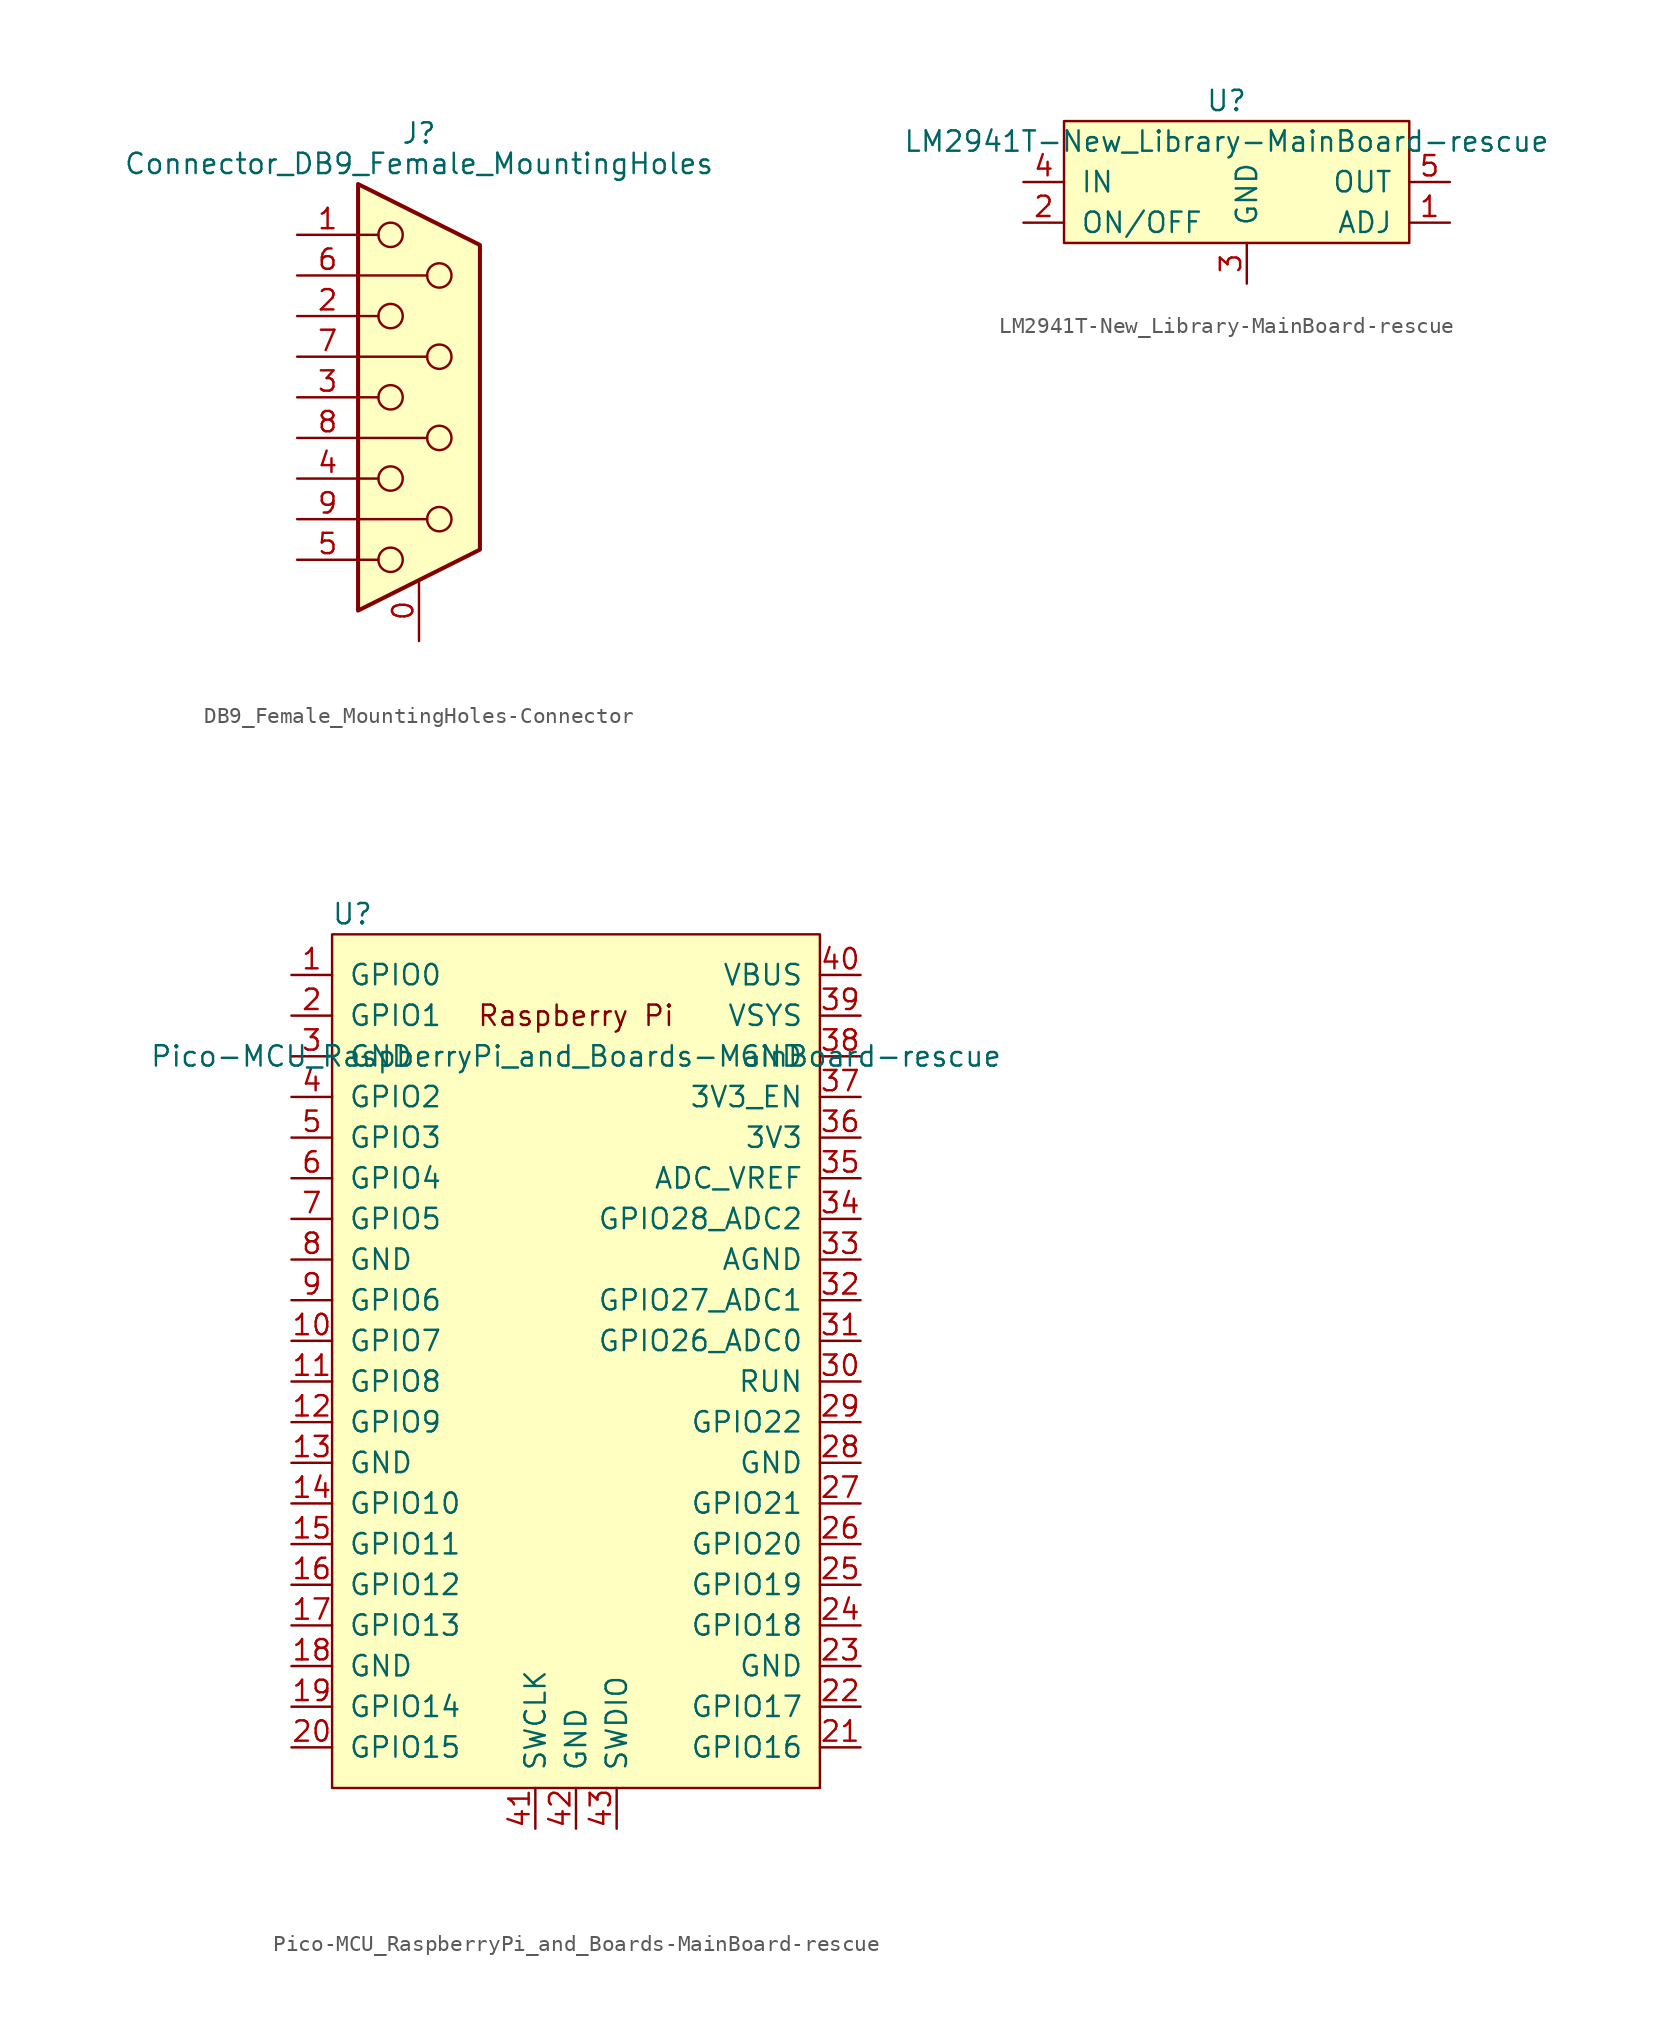
<source format=kicad_sym>
(kicad_symbol_lib
  (version 20231120)
  (generator "kicad_symbol_editor")
  (generator_version "8.0")
  (symbol "DB9_Female_MountingHoles-Connector"
    (pin_names
      (offset 1.016) hide)
    (property "Reference" "J"
      (at 0 16.51 0)
      (effects (font (size 1.27 1.27))))
    (property "Value" "Connector_DB9_Female_MountingHoles"
      (at 0 14.605 0)
      (effects (font (size 1.27 1.27))))
    (symbol "DB9_Female_MountingHoles-Connector_0_1"
      (circle (center -1.778 -10.16) (radius 0.762) (stroke (width 0) (type solid)) (fill (type none)))
      (circle (center -1.778 -5.08) (radius 0.762) (stroke (width 0) (type solid)) (fill (type none)))
      (circle (center -1.778 0) (radius 0.762) (stroke (width 0) (type solid)) (fill (type none)))
      (circle (center -1.778 5.08) (radius 0.762) (stroke (width 0) (type solid)) (fill (type none)))
      (circle (center -1.778 10.16) (radius 0.762) (stroke (width 0) (type solid)) (fill (type none)))
      (polyline (pts (xy -3.81 -10.16) (xy -2.54 -10.16)) (stroke (width 0) (type solid)) (fill (type none)))
      (polyline (pts (xy -3.81 -7.62) (xy 0.508 -7.62)) (stroke (width 0) (type solid)) (fill (type none)))
      (polyline (pts (xy -3.81 -5.08) (xy -2.54 -5.08)) (stroke (width 0) (type solid)) (fill (type none)))
      (polyline (pts (xy -3.81 -2.54) (xy 0.508 -2.54)) (stroke (width 0) (type solid)) (fill (type none)))
      (polyline (pts (xy -3.81 0) (xy -2.54 0)) (stroke (width 0) (type solid)) (fill (type none)))
      (polyline (pts (xy -3.81 2.54) (xy 0.508 2.54)) (stroke (width 0) (type solid)) (fill (type none)))
      (polyline (pts (xy -3.81 5.08) (xy -2.54 5.08)) (stroke (width 0) (type solid)) (fill (type none)))
      (polyline (pts (xy -3.81 7.62) (xy 0.508 7.62)) (stroke (width 0) (type solid)) (fill (type none)))
      (polyline (pts (xy -3.81 10.16) (xy -2.54 10.16)) (stroke (width 0) (type solid)) (fill (type none)))
      (polyline (pts (xy -3.81 13.335) (xy -3.81 -13.335) (xy 3.81 -9.525) (xy 3.81 9.525) (xy -3.81 13.335)) (stroke (width 0.254) (type solid)) (fill (type background)))
      (circle (center 1.27 -7.62) (radius 0.762) (stroke (width 0) (type solid)) (fill (type none)))
      (circle (center 1.27 -2.54) (radius 0.762) (stroke (width 0) (type solid)) (fill (type none)))
      (circle (center 1.27 2.54) (radius 0.762) (stroke (width 0) (type solid)) (fill (type none)))
      (circle (center 1.27 7.62) (radius 0.762) (stroke (width 0) (type solid)) (fill (type none))))
    (symbol "DB9_Female_MountingHoles-Connector_1_1"
      (pin passive line (at 0 -15.24 90) (length 3.81) (name "PAD" (effects (font (size 1.27 1.27)))) (number "0" (effects (font (size 1.27 1.27)))))
      (pin passive line (at -7.62 10.16 0) (length 3.81) (name "1" (effects (font (size 1.27 1.27)))) (number "1" (effects (font (size 1.27 1.27)))))
      (pin passive line (at -7.62 5.08 0) (length 3.81) (name "2" (effects (font (size 1.27 1.27)))) (number "2" (effects (font (size 1.27 1.27)))))
      (pin passive line (at -7.62 0 0) (length 3.81) (name "3" (effects (font (size 1.27 1.27)))) (number "3" (effects (font (size 1.27 1.27)))))
      (pin passive line (at -7.62 -5.08 0) (length 3.81) (name "4" (effects (font (size 1.27 1.27)))) (number "4" (effects (font (size 1.27 1.27)))))
      (pin passive line (at -7.62 -10.16 0) (length 3.81) (name "5" (effects (font (size 1.27 1.27)))) (number "5" (effects (font (size 1.27 1.27)))))
      (pin passive line (at -7.62 7.62 0) (length 3.81) (name "6" (effects (font (size 1.27 1.27)))) (number "6" (effects (font (size 1.27 1.27)))))
      (pin passive line (at -7.62 2.54 0) (length 3.81) (name "7" (effects (font (size 1.27 1.27)))) (number "7" (effects (font (size 1.27 1.27)))))
      (pin passive line (at -7.62 -2.54 0) (length 3.81) (name "8" (effects (font (size 1.27 1.27)))) (number "8" (effects (font (size 1.27 1.27)))))
      (pin passive line (at -7.62 -7.62 0) (length 3.81) (name "9" (effects (font (size 1.27 1.27)))) (number "9" (effects (font (size 1.27 1.27)))))))
  (symbol "LM2941T-New_Library-MainBoard-rescue"
    (pin_names
      (offset 1.016))
    (property "Reference" "U"
      (at 1.27 2.54 0)
      (effects (font (size 1.27 1.27))))
    (property "Value" "LM2941T-New_Library-MainBoard-rescue"
      (at 1.27 0 0)
      (effects (font (size 1.27 1.27))))
    (symbol "LM2941T-New_Library-MainBoard-rescue_0_1"
      (rectangle (start 12.7 -6.35) (end -8.89 1.27) (stroke (width 0) (type solid)) (fill (type background))))
    (symbol "LM2941T-New_Library-MainBoard-rescue_1_1"
      (pin passive line (at 15.24 -5.08 180) (length 2.54) (name "ADJ" (effects (font (size 1.27 1.27)))) (number "1" (effects (font (size 1.27 1.27)))))
      (pin input line (at -11.43 -5.08 0) (length 2.54) (name "ON/OFF" (effects (font (size 1.27 1.27)))) (number "2" (effects (font (size 1.27 1.27)))))
      (pin passive line (at 2.54 -8.89 90) (length 2.54) (name "GND" (effects (font (size 1.27 1.27)))) (number "3" (effects (font (size 1.27 1.27)))))
      (pin power_in line (at -11.43 -2.54 0) (length 2.54) (name "IN" (effects (font (size 1.27 1.27)))) (number "4" (effects (font (size 1.27 1.27)))))
      (pin power_out line (at 15.24 -2.54 180) (length 2.54) (name "OUT" (effects (font (size 1.27 1.27)))) (number "5" (effects (font (size 1.27 1.27)))))))
  (symbol "Pico-MCU_RaspberryPi_and_Boards-MainBoard-rescue"
    (pin_names
      (offset 1.016))
    (property "Reference" "U"
      (at -13.97 27.94 0)
      (effects (font (size 1.27 1.27))))
    (property "Value" "Pico-MCU_RaspberryPi_and_Boards-MainBoard-rescue"
      (at 0 19.05 0)
      (effects (font (size 1.27 1.27))))
    (symbol "Pico-MCU_RaspberryPi_and_Boards-MainBoard-rescue_0_0"
      (text "Raspberry Pi" (at 0 21.59 0) (effects (font (size 1.27 1.27)))))
    (symbol "Pico-MCU_RaspberryPi_and_Boards-MainBoard-rescue_0_1"
      (rectangle (start -15.24 26.67) (end 15.24 -26.67) (stroke (width 0) (type solid)) (fill (type background))))
    (symbol "Pico-MCU_RaspberryPi_and_Boards-MainBoard-rescue_1_1"
      (pin bidirectional line (at -17.78 24.13 0) (length 2.54) (name "GPIO0" (effects (font (size 1.27 1.27)))) (number "1" (effects (font (size 1.27 1.27)))))
      (pin bidirectional line (at -17.78 1.27 0) (length 2.54) (name "GPIO7" (effects (font (size 1.27 1.27)))) (number "10" (effects (font (size 1.27 1.27)))))
      (pin bidirectional line (at -17.78 -1.27 0) (length 2.54) (name "GPIO8" (effects (font (size 1.27 1.27)))) (number "11" (effects (font (size 1.27 1.27)))))
      (pin bidirectional line (at -17.78 -3.81 0) (length 2.54) (name "GPIO9" (effects (font (size 1.27 1.27)))) (number "12" (effects (font (size 1.27 1.27)))))
      (pin power_in line (at -17.78 -6.35 0) (length 2.54) (name "GND" (effects (font (size 1.27 1.27)))) (number "13" (effects (font (size 1.27 1.27)))))
      (pin bidirectional line (at -17.78 -8.89 0) (length 2.54) (name "GPIO10" (effects (font (size 1.27 1.27)))) (number "14" (effects (font (size 1.27 1.27)))))
      (pin bidirectional line (at -17.78 -11.43 0) (length 2.54) (name "GPIO11" (effects (font (size 1.27 1.27)))) (number "15" (effects (font (size 1.27 1.27)))))
      (pin bidirectional line (at -17.78 -13.97 0) (length 2.54) (name "GPIO12" (effects (font (size 1.27 1.27)))) (number "16" (effects (font (size 1.27 1.27)))))
      (pin bidirectional line (at -17.78 -16.51 0) (length 2.54) (name "GPIO13" (effects (font (size 1.27 1.27)))) (number "17" (effects (font (size 1.27 1.27)))))
      (pin power_in line (at -17.78 -19.05 0) (length 2.54) (name "GND" (effects (font (size 1.27 1.27)))) (number "18" (effects (font (size 1.27 1.27)))))
      (pin bidirectional line (at -17.78 -21.59 0) (length 2.54) (name "GPIO14" (effects (font (size 1.27 1.27)))) (number "19" (effects (font (size 1.27 1.27)))))
      (pin bidirectional line (at -17.78 21.59 0) (length 2.54) (name "GPIO1" (effects (font (size 1.27 1.27)))) (number "2" (effects (font (size 1.27 1.27)))))
      (pin bidirectional line (at -17.78 -24.13 0) (length 2.54) (name "GPIO15" (effects (font (size 1.27 1.27)))) (number "20" (effects (font (size 1.27 1.27)))))
      (pin bidirectional line (at 17.78 -24.13 180) (length 2.54) (name "GPIO16" (effects (font (size 1.27 1.27)))) (number "21" (effects (font (size 1.27 1.27)))))
      (pin bidirectional line (at 17.78 -21.59 180) (length 2.54) (name "GPIO17" (effects (font (size 1.27 1.27)))) (number "22" (effects (font (size 1.27 1.27)))))
      (pin power_in line (at 17.78 -19.05 180) (length 2.54) (name "GND" (effects (font (size 1.27 1.27)))) (number "23" (effects (font (size 1.27 1.27)))))
      (pin bidirectional line (at 17.78 -16.51 180) (length 2.54) (name "GPIO18" (effects (font (size 1.27 1.27)))) (number "24" (effects (font (size 1.27 1.27)))))
      (pin bidirectional line (at 17.78 -13.97 180) (length 2.54) (name "GPIO19" (effects (font (size 1.27 1.27)))) (number "25" (effects (font (size 1.27 1.27)))))
      (pin bidirectional line (at 17.78 -11.43 180) (length 2.54) (name "GPIO20" (effects (font (size 1.27 1.27)))) (number "26" (effects (font (size 1.27 1.27)))))
      (pin bidirectional line (at 17.78 -8.89 180) (length 2.54) (name "GPIO21" (effects (font (size 1.27 1.27)))) (number "27" (effects (font (size 1.27 1.27)))))
      (pin power_in line (at 17.78 -6.35 180) (length 2.54) (name "GND" (effects (font (size 1.27 1.27)))) (number "28" (effects (font (size 1.27 1.27)))))
      (pin bidirectional line (at 17.78 -3.81 180) (length 2.54) (name "GPIO22" (effects (font (size 1.27 1.27)))) (number "29" (effects (font (size 1.27 1.27)))))
      (pin power_in line (at -17.78 19.05 0) (length 2.54) (name "GND" (effects (font (size 1.27 1.27)))) (number "3" (effects (font (size 1.27 1.27)))))
      (pin input line (at 17.78 -1.27 180) (length 2.54) (name "RUN" (effects (font (size 1.27 1.27)))) (number "30" (effects (font (size 1.27 1.27)))))
      (pin bidirectional line (at 17.78 1.27 180) (length 2.54) (name "GPIO26_ADC0" (effects (font (size 1.27 1.27)))) (number "31" (effects (font (size 1.27 1.27)))))
      (pin bidirectional line (at 17.78 3.81 180) (length 2.54) (name "GPIO27_ADC1" (effects (font (size 1.27 1.27)))) (number "32" (effects (font (size 1.27 1.27)))))
      (pin power_in line (at 17.78 6.35 180) (length 2.54) (name "AGND" (effects (font (size 1.27 1.27)))) (number "33" (effects (font (size 1.27 1.27)))))
      (pin bidirectional line (at 17.78 8.89 180) (length 2.54) (name "GPIO28_ADC2" (effects (font (size 1.27 1.27)))) (number "34" (effects (font (size 1.27 1.27)))))
      (pin unspecified line (at 17.78 11.43 180) (length 2.54) (name "ADC_VREF" (effects (font (size 1.27 1.27)))) (number "35" (effects (font (size 1.27 1.27)))))
      (pin unspecified line (at 17.78 13.97 180) (length 2.54) (name "3V3" (effects (font (size 1.27 1.27)))) (number "36" (effects (font (size 1.27 1.27)))))
      (pin input line (at 17.78 16.51 180) (length 2.54) (name "3V3_EN" (effects (font (size 1.27 1.27)))) (number "37" (effects (font (size 1.27 1.27)))))
      (pin bidirectional line (at 17.78 19.05 180) (length 2.54) (name "GND" (effects (font (size 1.27 1.27)))) (number "38" (effects (font (size 1.27 1.27)))))
      (pin unspecified line (at 17.78 21.59 180) (length 2.54) (name "VSYS" (effects (font (size 1.27 1.27)))) (number "39" (effects (font (size 1.27 1.27)))))
      (pin bidirectional line (at -17.78 16.51 0) (length 2.54) (name "GPIO2" (effects (font (size 1.27 1.27)))) (number "4" (effects (font (size 1.27 1.27)))))
      (pin unspecified line (at 17.78 24.13 180) (length 2.54) (name "VBUS" (effects (font (size 1.27 1.27)))) (number "40" (effects (font (size 1.27 1.27)))))
      (pin input line (at -2.54 -29.21 90) (length 2.54) (name "SWCLK" (effects (font (size 1.27 1.27)))) (number "41" (effects (font (size 1.27 1.27)))))
      (pin power_in line (at 0 -29.21 90) (length 2.54) (name "GND" (effects (font (size 1.27 1.27)))) (number "42" (effects (font (size 1.27 1.27)))))
      (pin bidirectional line (at 2.54 -29.21 90) (length 2.54) (name "SWDIO" (effects (font (size 1.27 1.27)))) (number "43" (effects (font (size 1.27 1.27)))))
      (pin bidirectional line (at -17.78 13.97 0) (length 2.54) (name "GPIO3" (effects (font (size 1.27 1.27)))) (number "5" (effects (font (size 1.27 1.27)))))
      (pin bidirectional line (at -17.78 11.43 0) (length 2.54) (name "GPIO4" (effects (font (size 1.27 1.27)))) (number "6" (effects (font (size 1.27 1.27)))))
      (pin bidirectional line (at -17.78 8.89 0) (length 2.54) (name "GPIO5" (effects (font (size 1.27 1.27)))) (number "7" (effects (font (size 1.27 1.27)))))
      (pin power_in line (at -17.78 6.35 0) (length 2.54) (name "GND" (effects (font (size 1.27 1.27)))) (number "8" (effects (font (size 1.27 1.27)))))
      (pin bidirectional line (at -17.78 3.81 0) (length 2.54) (name "GPIO6" (effects (font (size 1.27 1.27)))) (number "9" (effects (font (size 1.27 1.27))))))))
</source>
